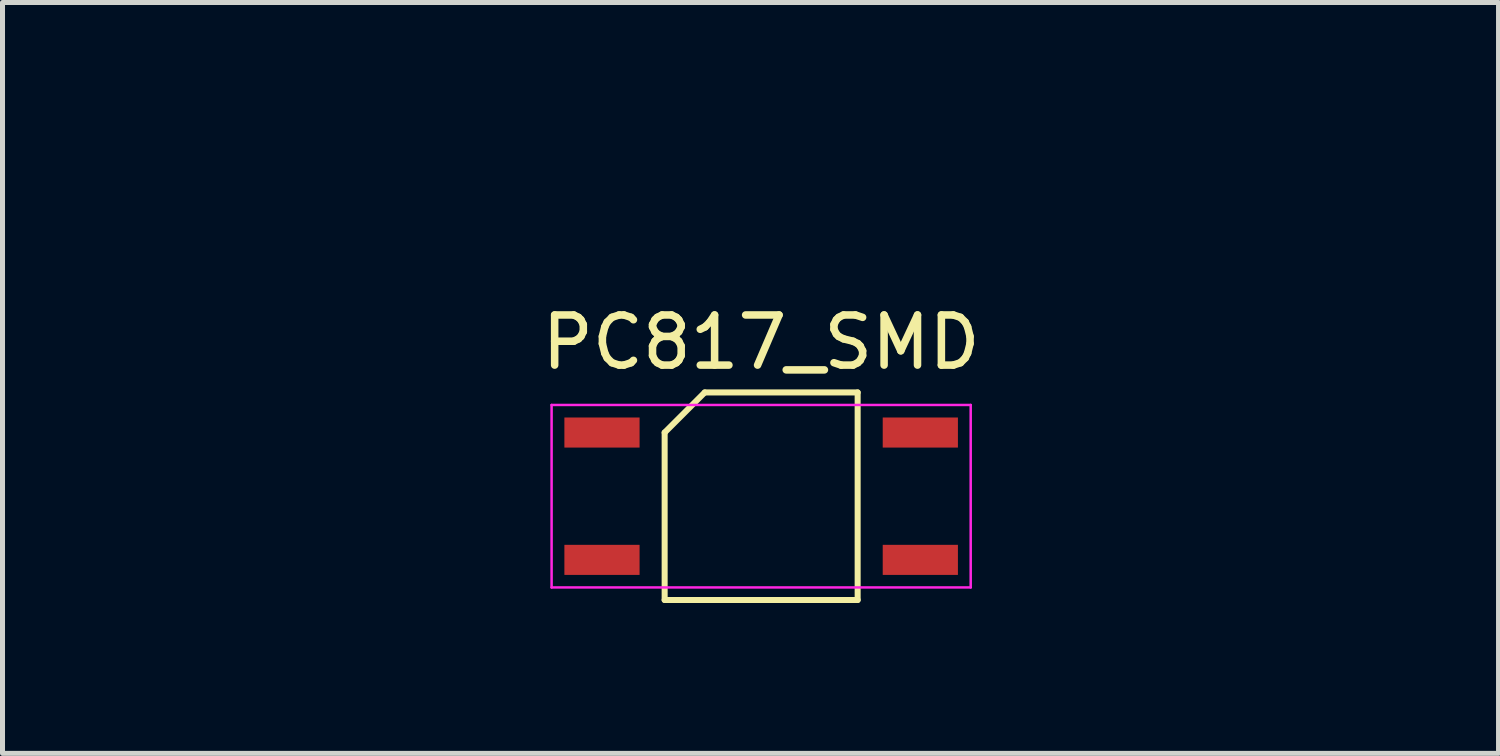
<source format=kicad_pcb>
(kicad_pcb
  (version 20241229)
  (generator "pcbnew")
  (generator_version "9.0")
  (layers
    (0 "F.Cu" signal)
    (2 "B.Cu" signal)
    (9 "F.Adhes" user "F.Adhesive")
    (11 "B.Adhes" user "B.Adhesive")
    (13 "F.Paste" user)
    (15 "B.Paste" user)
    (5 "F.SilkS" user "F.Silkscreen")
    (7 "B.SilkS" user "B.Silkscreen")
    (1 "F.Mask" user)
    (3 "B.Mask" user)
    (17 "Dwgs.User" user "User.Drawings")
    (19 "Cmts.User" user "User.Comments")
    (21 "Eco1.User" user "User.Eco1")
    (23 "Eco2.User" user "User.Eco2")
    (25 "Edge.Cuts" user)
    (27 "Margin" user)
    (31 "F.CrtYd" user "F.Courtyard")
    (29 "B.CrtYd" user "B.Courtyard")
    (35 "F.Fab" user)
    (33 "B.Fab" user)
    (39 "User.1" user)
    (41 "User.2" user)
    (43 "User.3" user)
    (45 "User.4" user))
  (footprint "PC817_SMD"
    (layer "F.Cu")
    (at 12.133 6.848)
    (property "Reference" "PC817_SMD" (at 0 -3.07 0) (layer "F.SilkS") (effects (font (size 1 1) (thickness 0.15))))
    (attr smd)
    (fp_line (start -1.925 -1.27) (end -1.125 -2.07) (stroke (width 0.12) (type default)) (layer "F.SilkS"))
    (fp_line (start -1.925 2.07) (end -1.925 -1.27) (stroke (width 0.12) (type default)) (layer "F.SilkS"))
    (fp_line (start -1.125 -2.07) (end 1.925 -2.07) (stroke (width 0.12) (type default)) (layer "F.SilkS"))
    (fp_line (start 1.925 -2.07) (end 1.925 2.07) (stroke (width 0.12) (type default)) (layer "F.SilkS"))
    (fp_line (start 1.925 2.07) (end -1.925 2.07) (stroke (width 0.12) (type default)) (layer "F.SilkS"))
    (fp_line (start -4.18 -1.82) (end 4.18 -1.82) (stroke (width 0.05) (type default)) (layer "F.CrtYd"))
    (fp_line (start -4.18 1.82) (end -4.18 -1.82) (stroke (width 0.05) (type default)) (layer "F.CrtYd"))
    (fp_line (start 4.18 -1.82) (end 4.18 1.82) (stroke (width 0.05) (type default)) (layer "F.CrtYd"))
    (fp_line (start 4.18 1.82) (end -4.18 1.82) (stroke (width 0.05) (type default)) (layer "F.CrtYd"))
    (dimension (type aligned) (layer "User.1") (pts (xy 8.983 6.848) (xy 15.333 6.848)) (height -4.25) (format (prefix "") (suffix "") (units 3) (units_format 1) (precision 4)) (style (thickness 0.1) (arrow_length 1.27) (text_position_mode 2) (arrow_direction outward) (extension_height 0.586) (extension_offset 0.5) (keep_text_aligned yes)) (gr_text "6.3500 mm" (at 4.383 2.598 0) (layer "User.1") (effects (font (size 1 1) (thickness 0.1)))))
    (dimension (type aligned) (layer "User.1") (pts (xy 15.308 5.578) (xy 15.308 8.118)) (height -4.075) (format (prefix "") (suffix "") (units 3) (units_format 1) (precision 4)) (style (thickness 0.1) (arrow_length 1.27) (text_position_mode 2) (arrow_direction outward) (extension_height 0.586) (extension_offset 0.5) (keep_text_aligned yes)) (gr_text "2.5400 mm" (at 19.383 0.848 90) (layer "User.1") (effects (font (size 1 1) (thickness 0.15)))))
    (pad "1" smd rect (at -3.175 -1.27 270) (size 0.6 1.5) (layers "F.Cu" "F.Mask" "F.Paste"))
    (pad "2" smd rect (at -3.175 1.27 270) (size 0.6 1.5) (layers "F.Cu" "F.Mask" "F.Paste"))
    (pad "3" smd rect (at 3.175 1.27 270) (size 0.6 1.5) (layers "F.Cu" "F.Mask" "F.Paste"))
    (pad "4" smd rect (at 3.175 -1.27 270) (size 0.6 1.5) (layers "F.Cu" "F.Mask" "F.Paste")))
  (gr_rect
    (start -3 -3)
    (end 26.842 11.978)
    (stroke (width 0.1) (type default))
    (fill no)
    (layer "Edge.Cuts")))
</source>
